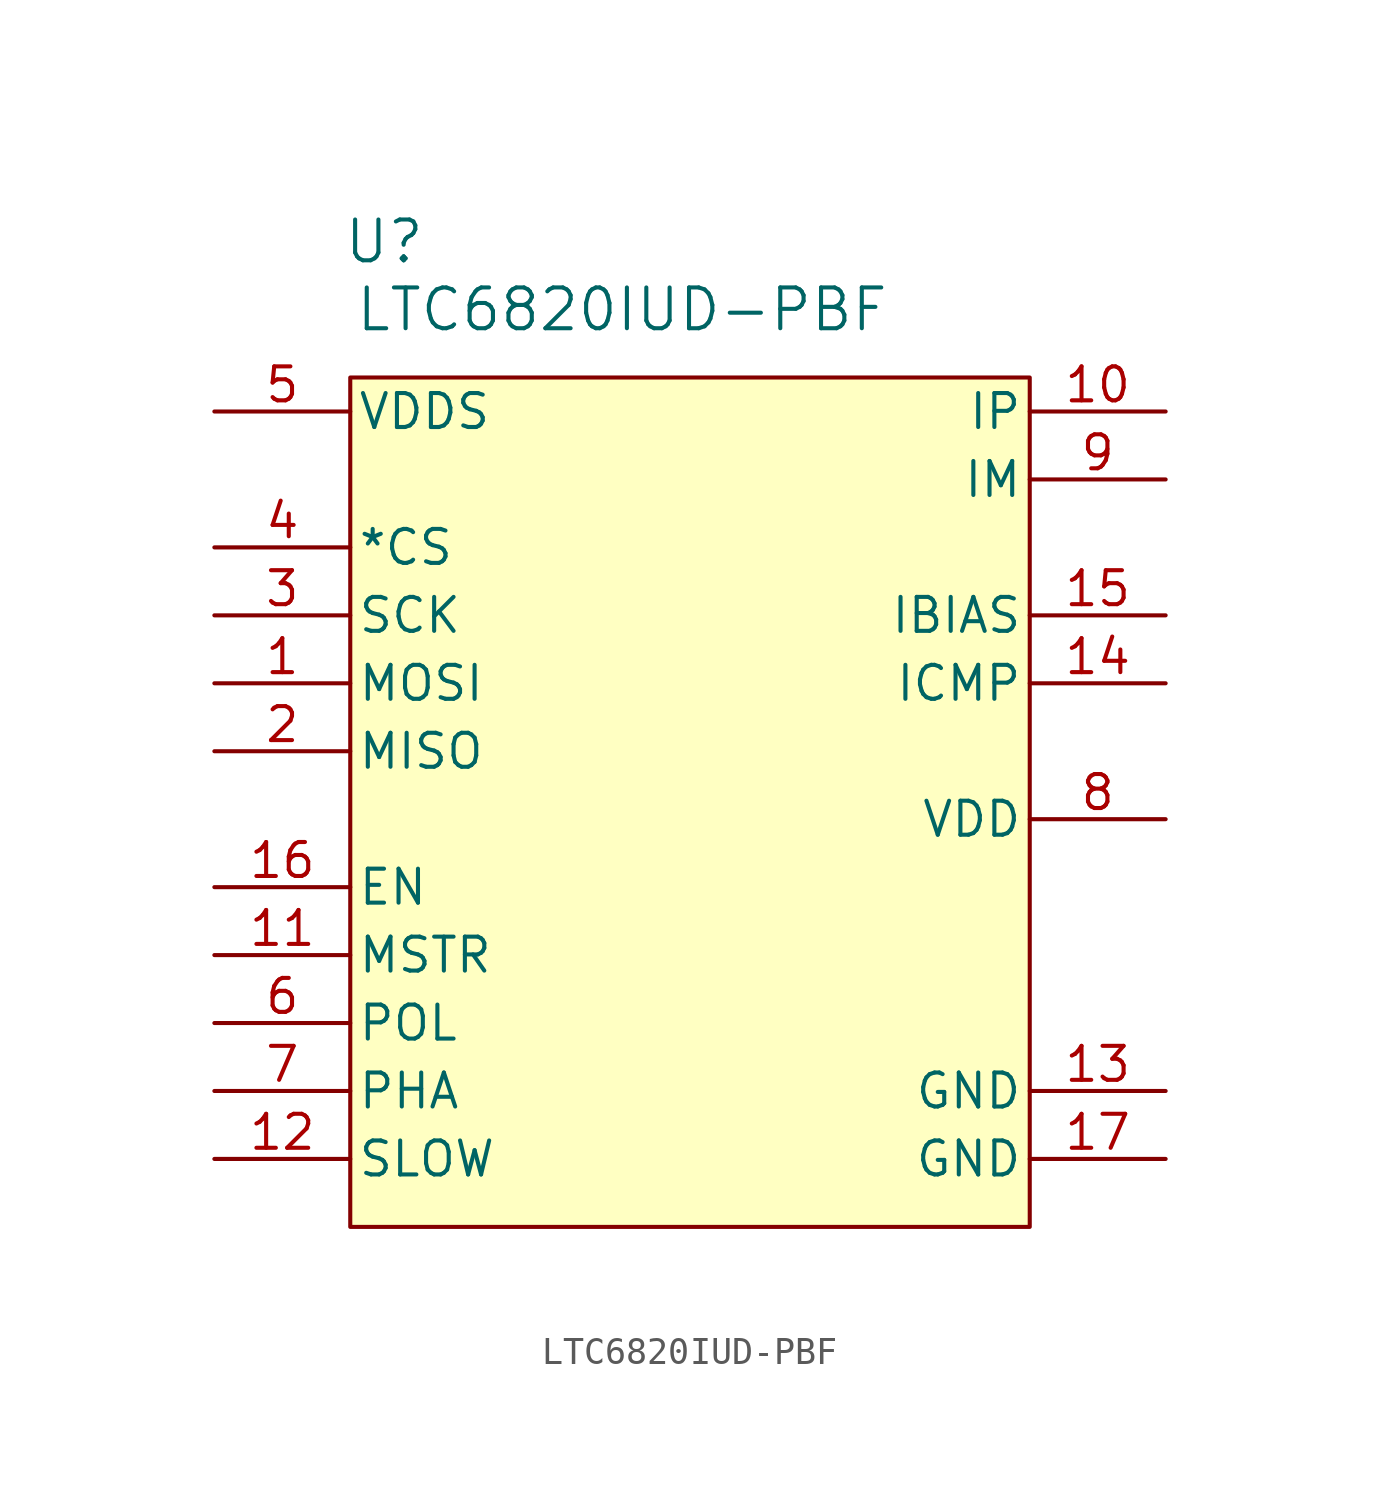
<source format=kicad_sym>
(kicad_symbol_lib
  (version 20241209)
  (generator "kicad_symbol_editor")
  (generator_version "9.0")
  (symbol "LTC6820IUD-PBF"
    (pin_names
      (offset 0.254))
    (property "Reference" "U"
      (at 6.35 6.35 0)
      (effects (font (size 1.524 1.524))))
    (property "Value" "LTC6820IUD-PBF"
      (at 15.24 3.81 0)
      (effects (font (size 1.524 1.524))))
    (symbol "LTC6820IUD-PBF_1_1"
      (rectangle (start 5.08 1.27) (end 30.48 -30.48) (stroke (width 0) (type default)) (fill (type background)))
      (pin power_in line (at 0 0 0) (length 5.08) (name "VDDS" (effects (font (size 1.27 1.27)))) (number "5" (effects (font (size 1.27 1.27)))))
      (pin bidirectional line (at 0 -5.08 0) (length 5.08) (name "*CS" (effects (font (size 1.27 1.27)))) (number "4" (effects (font (size 1.27 1.27)))))
      (pin bidirectional line (at 0 -7.62 0) (length 5.08) (name "SCK" (effects (font (size 1.27 1.27)))) (number "3" (effects (font (size 1.27 1.27)))))
      (pin output line (at 0 -10.16 0) (length 5.08) (name "MOSI" (effects (font (size 1.27 1.27)))) (number "1" (effects (font (size 1.27 1.27)))))
      (pin input line (at 0 -12.7 0) (length 5.08) (name "MISO" (effects (font (size 1.27 1.27)))) (number "2" (effects (font (size 1.27 1.27)))))
      (pin input line (at 0 -17.78 0) (length 5.08) (name "EN" (effects (font (size 1.27 1.27)))) (number "16" (effects (font (size 1.27 1.27)))))
      (pin input line (at 0 -20.32 0) (length 5.08) (name "MSTR" (effects (font (size 1.27 1.27)))) (number "11" (effects (font (size 1.27 1.27)))))
      (pin input line (at 0 -22.86 0) (length 5.08) (name "POL" (effects (font (size 1.27 1.27)))) (number "6" (effects (font (size 1.27 1.27)))))
      (pin input line (at 0 -25.4 0) (length 5.08) (name "PHA" (effects (font (size 1.27 1.27)))) (number "7" (effects (font (size 1.27 1.27)))))
      (pin input line (at 0 -27.94 0) (length 5.08) (name "SLOW" (effects (font (size 1.27 1.27)))) (number "12" (effects (font (size 1.27 1.27)))))
      (pin bidirectional line (at 35.56 0 180) (length 5.08) (name "IP" (effects (font (size 1.27 1.27)))) (number "10" (effects (font (size 1.27 1.27)))))
      (pin bidirectional line (at 35.56 -2.54 180) (length 5.08) (name "IM" (effects (font (size 1.27 1.27)))) (number "9" (effects (font (size 1.27 1.27)))))
      (pin output line (at 35.56 -7.62 180) (length 5.08) (name "IBIAS" (effects (font (size 1.27 1.27)))) (number "15" (effects (font (size 1.27 1.27)))))
      (pin input line (at 35.56 -10.16 180) (length 5.08) (name "ICMP" (effects (font (size 1.27 1.27)))) (number "14" (effects (font (size 1.27 1.27)))))
      (pin power_in line (at 35.56 -15.24 180) (length 5.08) (name "VDD" (effects (font (size 1.27 1.27)))) (number "8" (effects (font (size 1.27 1.27)))))
      (pin power_in line (at 35.56 -25.4 180) (length 5.08) (name "GND" (effects (font (size 1.27 1.27)))) (number "13" (effects (font (size 1.27 1.27)))))
      (pin power_in line (at 35.56 -27.94 180) (length 5.08) (name "GND" (effects (font (size 1.27 1.27)))) (number "17" (effects (font (size 1.27 1.27))))))))
</source>
